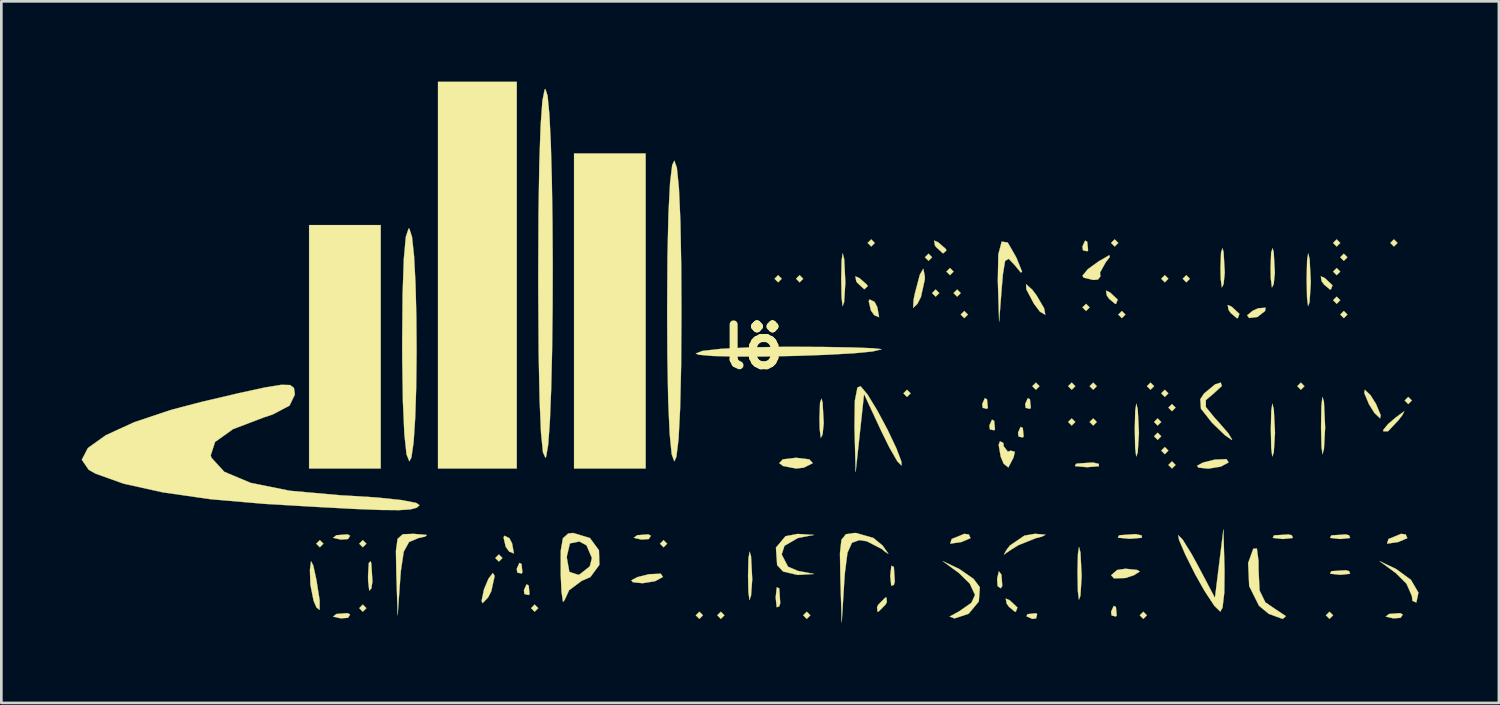
<source format=kicad_pcb>
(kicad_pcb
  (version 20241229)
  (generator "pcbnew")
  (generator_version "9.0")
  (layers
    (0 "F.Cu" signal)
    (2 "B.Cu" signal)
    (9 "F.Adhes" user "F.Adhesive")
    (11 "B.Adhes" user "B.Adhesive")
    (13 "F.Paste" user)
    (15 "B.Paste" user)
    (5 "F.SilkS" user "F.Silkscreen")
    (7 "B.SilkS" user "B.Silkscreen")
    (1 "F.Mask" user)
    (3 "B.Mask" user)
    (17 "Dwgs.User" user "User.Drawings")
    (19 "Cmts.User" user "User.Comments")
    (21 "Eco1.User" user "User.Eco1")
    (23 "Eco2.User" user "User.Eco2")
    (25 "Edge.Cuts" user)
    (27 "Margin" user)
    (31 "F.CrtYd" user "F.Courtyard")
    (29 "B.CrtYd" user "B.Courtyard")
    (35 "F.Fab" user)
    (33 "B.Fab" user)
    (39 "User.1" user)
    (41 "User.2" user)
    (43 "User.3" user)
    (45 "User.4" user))
  (footprint "lö"
    (layer "F.Cu")
    (at 25.068 9.898)
    (property "Reference" "lö" (at 0 0 0) (layer "F.SilkS") (effects (font (size 1.524 1.524) (thickness 0.3))))
    (attr through_hole)
    (fp_poly (pts (xy -16.042 7.353) (xy -16.176 7.486) (xy -16.309 7.353) (xy -16.176 7.219) (xy -16.042 7.353)) (stroke (width 0.01) (type solid)) (fill yes) (layer "F.SilkS"))
    (fp_poly (pts (xy -14.438 7.353) (xy -14.572 7.486) (xy -14.705 7.353) (xy -14.572 7.219) (xy -14.438 7.353)) (stroke (width 0.01) (type solid)) (fill yes) (layer "F.SilkS"))
    (fp_poly (pts (xy -14.438 9.759) (xy -14.572 9.893) (xy -14.705 9.759) (xy -14.572 9.625) (xy -14.438 9.759)) (stroke (width 0.01) (type solid)) (fill yes) (layer "F.SilkS"))
    (fp_poly (pts (xy -13.903 4.545) (xy -16.577 4.545) (xy -16.577 -4.545) (xy -13.903 -4.545) (xy -13.903 4.545)) (stroke (width 0.01) (type solid)) (fill yes) (layer "F.SilkS"))
    (fp_poly (pts (xy -9.358 7.887) (xy -9.492 8.021) (xy -9.625 7.887) (xy -9.492 7.754) (xy -9.358 7.887)) (stroke (width 0.01) (type solid)) (fill yes) (layer "F.SilkS"))
    (fp_poly (pts (xy -8.823 4.545) (xy -11.764 4.545) (xy -11.764 -9.893) (xy -8.823 -9.893) (xy -8.823 4.545)) (stroke (width 0.01) (type solid)) (fill yes) (layer "F.SilkS"))
    (fp_poly (pts (xy -8.021 9.759) (xy -8.155 9.893) (xy -8.288 9.759) (xy -8.155 9.625) (xy -8.021 9.759)) (stroke (width 0.01) (type solid)) (fill yes) (layer "F.SilkS"))
    (fp_poly (pts (xy -4.011 4.545) (xy -6.684 4.545) (xy -6.684 -7.219) (xy -4.011 -7.219) (xy -4.011 4.545)) (stroke (width 0.01) (type solid)) (fill yes) (layer "F.SilkS"))
    (fp_poly (pts (xy -3.208 7.353) (xy -3.342 7.486) (xy -3.476 7.353) (xy -3.342 7.219) (xy -3.208 7.353)) (stroke (width 0.01) (type solid)) (fill yes) (layer "F.SilkS"))
    (fp_poly (pts (xy -1.872 10.026) (xy -2.005 10.16) (xy -2.139 10.026) (xy -2.005 9.893) (xy -1.872 10.026)) (stroke (width 0.01) (type solid)) (fill yes) (layer "F.SilkS"))
    (fp_poly (pts (xy -1.069 10.026) (xy -1.203 10.16) (xy -1.337 10.026) (xy -1.203 9.893) (xy -1.069 10.026)) (stroke (width 0.01) (type solid)) (fill yes) (layer "F.SilkS"))
    (fp_poly (pts (xy 1.069 -2.54) (xy 0.936 -2.406) (xy 0.802 -2.54) (xy 0.936 -2.674) (xy 1.069 -2.54)) (stroke (width 0.01) (type solid)) (fill yes) (layer "F.SilkS"))
    (fp_poly (pts (xy 1.872 -2.54) (xy 1.738 -2.406) (xy 1.604 -2.54) (xy 1.738 -2.674) (xy 1.872 -2.54)) (stroke (width 0.01) (type solid)) (fill yes) (layer "F.SilkS"))
    (fp_poly (pts (xy 2.139 10.026) (xy 2.005 10.16) (xy 1.872 10.026) (xy 2.005 9.893) (xy 2.139 10.026)) (stroke (width 0.01) (type solid)) (fill yes) (layer "F.SilkS"))
    (fp_poly (pts (xy 4.545 -3.877) (xy 4.412 -3.743) (xy 4.278 -3.877) (xy 4.412 -4.011) (xy 4.545 -3.877)) (stroke (width 0.01) (type solid)) (fill yes) (layer "F.SilkS"))
    (fp_poly (pts (xy 5.882 1.738) (xy 5.748 1.872) (xy 5.615 1.738) (xy 5.748 1.604) (xy 5.882 1.738)) (stroke (width 0.01) (type solid)) (fill yes) (layer "F.SilkS"))
    (fp_poly (pts (xy 6.684 -3.342) (xy 6.551 -3.208) (xy 6.417 -3.342) (xy 6.551 -3.476) (xy 6.684 -3.342)) (stroke (width 0.01) (type solid)) (fill yes) (layer "F.SilkS"))
    (fp_poly (pts (xy 6.952 -2.005) (xy 6.818 -1.872) (xy 6.684 -2.005) (xy 6.818 -2.139) (xy 6.952 -2.005)) (stroke (width 0.01) (type solid)) (fill yes) (layer "F.SilkS"))
    (fp_poly (pts (xy 7.486 -2.807) (xy 7.353 -2.674) (xy 7.219 -2.807) (xy 7.353 -2.941) (xy 7.486 -2.807)) (stroke (width 0.01) (type solid)) (fill yes) (layer "F.SilkS"))
    (fp_poly (pts (xy 7.754 -2.005) (xy 7.62 -1.872) (xy 7.486 -2.005) (xy 7.62 -2.139) (xy 7.754 -2.005)) (stroke (width 0.01) (type solid)) (fill yes) (layer "F.SilkS"))
    (fp_poly (pts (xy 8.021 -1.203) (xy 7.887 -1.069) (xy 7.754 -1.203) (xy 7.887 -1.337) (xy 8.021 -1.203)) (stroke (width 0.01) (type solid)) (fill yes) (layer "F.SilkS"))
    (fp_poly (pts (xy 10.695 1.471) (xy 10.561 1.604) (xy 10.427 1.471) (xy 10.561 1.337) (xy 10.695 1.471)) (stroke (width 0.01) (type solid)) (fill yes) (layer "F.SilkS"))
    (fp_poly (pts (xy 12.032 1.471) (xy 11.898 1.604) (xy 11.764 1.471) (xy 11.898 1.337) (xy 12.032 1.471)) (stroke (width 0.01) (type solid)) (fill yes) (layer "F.SilkS"))
    (fp_poly (pts (xy 12.032 2.807) (xy 11.898 2.941) (xy 11.764 2.807) (xy 11.898 2.674) (xy 12.032 2.807)) (stroke (width 0.01) (type solid)) (fill yes) (layer "F.SilkS"))
    (fp_poly (pts (xy 12.566 -1.471) (xy 12.433 -1.337) (xy 12.299 -1.471) (xy 12.433 -1.604) (xy 12.566 -1.471)) (stroke (width 0.01) (type solid)) (fill yes) (layer "F.SilkS"))
    (fp_poly (pts (xy 12.834 1.471) (xy 12.7 1.604) (xy 12.566 1.471) (xy 12.7 1.337) (xy 12.834 1.471)) (stroke (width 0.01) (type solid)) (fill yes) (layer "F.SilkS"))
    (fp_poly (pts (xy 12.834 2.807) (xy 12.7 2.941) (xy 12.566 2.807) (xy 12.7 2.674) (xy 12.834 2.807)) (stroke (width 0.01) (type solid)) (fill yes) (layer "F.SilkS"))
    (fp_poly (pts (xy 13.636 -3.877) (xy 13.502 -3.743) (xy 13.368 -3.877) (xy 13.502 -4.011) (xy 13.636 -3.877)) (stroke (width 0.01) (type solid)) (fill yes) (layer "F.SilkS"))
    (fp_poly (pts (xy 13.903 -1.203) (xy 13.769 -1.069) (xy 13.636 -1.203) (xy 13.769 -1.337) (xy 13.903 -1.203)) (stroke (width 0.01) (type solid)) (fill yes) (layer "F.SilkS"))
    (fp_poly (pts (xy 14.705 10.026) (xy 14.572 10.16) (xy 14.438 10.026) (xy 14.572 9.893) (xy 14.705 10.026)) (stroke (width 0.01) (type solid)) (fill yes) (layer "F.SilkS"))
    (fp_poly (pts (xy 14.973 1.471) (xy 14.839 1.604) (xy 14.705 1.471) (xy 14.839 1.337) (xy 14.973 1.471)) (stroke (width 0.01) (type solid)) (fill yes) (layer "F.SilkS"))
    (fp_poly (pts (xy 15.24 2.807) (xy 15.106 2.941) (xy 14.973 2.807) (xy 15.106 2.674) (xy 15.24 2.807)) (stroke (width 0.01) (type solid)) (fill yes) (layer "F.SilkS"))
    (fp_poly (pts (xy 15.24 3.342) (xy 15.106 3.476) (xy 14.973 3.342) (xy 15.106 3.208) (xy 15.24 3.342)) (stroke (width 0.01) (type solid)) (fill yes) (layer "F.SilkS"))
    (fp_poly (pts (xy 15.507 -2.54) (xy 15.374 -2.406) (xy 15.24 -2.54) (xy 15.374 -2.674) (xy 15.507 -2.54)) (stroke (width 0.01) (type solid)) (fill yes) (layer "F.SilkS"))
    (fp_poly (pts (xy 15.507 1.738) (xy 15.374 1.872) (xy 15.24 1.738) (xy 15.374 1.604) (xy 15.507 1.738)) (stroke (width 0.01) (type solid)) (fill yes) (layer "F.SilkS"))
    (fp_poly (pts (xy 15.507 3.877) (xy 15.374 4.011) (xy 15.24 3.877) (xy 15.374 3.743) (xy 15.507 3.877)) (stroke (width 0.01) (type solid)) (fill yes) (layer "F.SilkS"))
    (fp_poly (pts (xy 15.775 2.273) (xy 15.641 2.406) (xy 15.507 2.273) (xy 15.641 2.139) (xy 15.775 2.273)) (stroke (width 0.01) (type solid)) (fill yes) (layer "F.SilkS"))
    (fp_poly (pts (xy 15.775 4.412) (xy 15.641 4.545) (xy 15.507 4.412) (xy 15.641 4.278) (xy 15.775 4.412)) (stroke (width 0.01) (type solid)) (fill yes) (layer "F.SilkS"))
    (fp_poly (pts (xy 16.309 -2.54) (xy 16.176 -2.406) (xy 16.042 -2.54) (xy 16.176 -2.674) (xy 16.309 -2.54)) (stroke (width 0.01) (type solid)) (fill yes) (layer "F.SilkS"))
    (fp_poly (pts (xy 20.587 1.471) (xy 20.454 1.604) (xy 20.32 1.471) (xy 20.454 1.337) (xy 20.587 1.471)) (stroke (width 0.01) (type solid)) (fill yes) (layer "F.SilkS"))
    (fp_poly (pts (xy 21.657 10.026) (xy 21.523 10.16) (xy 21.389 10.026) (xy 21.523 9.893) (xy 21.657 10.026)) (stroke (width 0.01) (type solid)) (fill yes) (layer "F.SilkS"))
    (fp_poly (pts (xy 21.924 -3.877) (xy 21.791 -3.743) (xy 21.657 -3.877) (xy 21.791 -4.011) (xy 21.924 -3.877)) (stroke (width 0.01) (type solid)) (fill yes) (layer "F.SilkS"))
    (fp_poly (pts (xy 21.924 -2.807) (xy 21.791 -2.674) (xy 21.657 -2.807) (xy 21.791 -2.941) (xy 21.924 -2.807)) (stroke (width 0.01) (type solid)) (fill yes) (layer "F.SilkS"))
    (fp_poly (pts (xy 21.924 -1.738) (xy 21.791 -1.604) (xy 21.657 -1.738) (xy 21.791 -1.872) (xy 21.924 -1.738)) (stroke (width 0.01) (type solid)) (fill yes) (layer "F.SilkS"))
    (fp_poly (pts (xy 22.192 -3.342) (xy 22.058 -3.208) (xy 21.924 -3.342) (xy 22.058 -3.476) (xy 22.192 -3.342)) (stroke (width 0.01) (type solid)) (fill yes) (layer "F.SilkS"))
    (fp_poly (pts (xy 22.192 -1.203) (xy 22.058 -1.069) (xy 21.924 -1.203) (xy 22.058 -1.337) (xy 22.192 -1.203)) (stroke (width 0.01) (type solid)) (fill yes) (layer "F.SilkS"))
    (fp_poly (pts (xy 24.063 -3.877) (xy 23.929 -3.743) (xy 23.796 -3.877) (xy 23.929 -4.011) (xy 24.063 -3.877)) (stroke (width 0.01) (type solid)) (fill yes) (layer "F.SilkS"))
    (fp_poly (pts (xy 24.598 2.005) (xy 24.464 2.139) (xy 24.331 2.005) (xy 24.464 1.872) (xy 24.598 2.005)) (stroke (width 0.01) (type solid)) (fill yes) (layer "F.SilkS"))
    (fp_poly (pts (xy -15.045 7.057) (xy -15.125 7.179) (xy -15.396 7.198) (xy -15.681 7.133) (xy -15.557 7.036) (xy -15.14 7.004) (xy -15.045 7.057)) (stroke (width 0.01) (type solid)) (fill yes) (layer "F.SilkS"))
    (fp_poly (pts (xy -15.045 9.998) (xy -15.125 10.12) (xy -15.396 10.139) (xy -15.681 10.074) (xy -15.557 9.977) (xy -15.14 9.945) (xy -15.045 9.998)) (stroke (width 0.01) (type solid)) (fill yes) (layer "F.SilkS"))
    (fp_poly (pts (xy -8.645 8.11) (xy -8.613 8.427) (xy -8.645 8.467) (xy -8.804 8.43) (xy -8.823 8.288) (xy -8.725 8.068) (xy -8.645 8.11)) (stroke (width 0.01) (type solid)) (fill yes) (layer "F.SilkS"))
    (fp_poly (pts (xy -8.378 8.912) (xy -8.346 9.23) (xy -8.378 9.269) (xy -8.536 9.232) (xy -8.556 9.091) (xy -8.458 8.87) (xy -8.378 8.912)) (stroke (width 0.01) (type solid)) (fill yes) (layer "F.SilkS"))
    (fp_poly (pts (xy -3.816 7.057) (xy -3.895 7.179) (xy -4.166 7.198) (xy -4.452 7.133) (xy -4.328 7.036) (xy -3.91 7.004) (xy -3.816 7.057)) (stroke (width 0.01) (type solid)) (fill yes) (layer "F.SilkS"))
    (fp_poly (pts (xy 0.979 9.024) (xy 1.014 9.571) (xy 0.979 9.692) (xy 0.882 9.726) (xy 0.844 9.358) (xy 0.886 8.978) (xy 0.979 9.024)) (stroke (width 0.01) (type solid)) (fill yes) (layer "F.SilkS"))
    (fp_poly (pts (xy 5.257 8.222) (xy 5.292 8.769) (xy 5.257 8.89) (xy 5.159 8.924) (xy 5.122 8.556) (xy 5.164 8.176) (xy 5.257 8.222)) (stroke (width 0.01) (type solid)) (fill yes) (layer "F.SilkS"))
    (fp_poly (pts (xy 8.734 1.961) (xy 8.766 2.278) (xy 8.734 2.317) (xy 8.575 2.28) (xy 8.556 2.139) (xy 8.654 1.919) (xy 8.734 1.961)) (stroke (width 0.01) (type solid)) (fill yes) (layer "F.SilkS"))
    (fp_poly (pts (xy 9.001 2.763) (xy 9.033 3.08) (xy 9.001 3.119) (xy 8.842 3.083) (xy 8.823 2.941) (xy 8.921 2.721) (xy 9.001 2.763)) (stroke (width 0.01) (type solid)) (fill yes) (layer "F.SilkS"))
    (fp_poly (pts (xy 9.273 8.506) (xy 9.305 8.924) (xy 9.252 9.018) (xy 9.131 8.938) (xy 9.112 8.667) (xy 9.177 8.382) (xy 9.273 8.506)) (stroke (width 0.01) (type solid)) (fill yes) (layer "F.SilkS"))
    (fp_poly (pts (xy 10.071 3.03) (xy 10.103 3.347) (xy 10.071 3.387) (xy 9.912 3.35) (xy 9.893 3.208) (xy 9.99 2.988) (xy 10.071 3.03)) (stroke (width 0.01) (type solid)) (fill yes) (layer "F.SilkS"))
    (fp_poly (pts (xy 10.338 1.961) (xy 10.37 2.278) (xy 10.338 2.317) (xy 10.179 2.28) (xy 10.16 2.139) (xy 10.258 1.919) (xy 10.338 1.961)) (stroke (width 0.01) (type solid)) (fill yes) (layer "F.SilkS"))
    (fp_poly (pts (xy 10.606 9.982) (xy 10.569 10.141) (xy 10.427 10.16) (xy 10.207 10.062) (xy 10.249 9.982) (xy 10.566 9.95) (xy 10.606 9.982)) (stroke (width 0.01) (type solid)) (fill yes) (layer "F.SilkS"))
    (fp_poly (pts (xy 12.477 -3.921) (xy 12.509 -3.604) (xy 12.477 -3.565) (xy 12.318 -3.602) (xy 12.299 -3.743) (xy 12.397 -3.963) (xy 12.477 -3.921)) (stroke (width 0.01) (type solid)) (fill yes) (layer "F.SilkS"))
    (fp_poly (pts (xy 13.547 9.714) (xy 13.579 10.032) (xy 13.547 10.071) (xy 13.388 10.034) (xy 13.368 9.893) (xy 13.466 9.673) (xy 13.547 9.714)) (stroke (width 0.01) (type solid)) (fill yes) (layer "F.SilkS"))
    (fp_poly (pts (xy 20.119 7.042) (xy 20.153 7.139) (xy 19.785 7.177) (xy 19.406 7.135) (xy 19.451 7.042) (xy 19.998 7.007) (xy 20.119 7.042)) (stroke (width 0.01) (type solid)) (fill yes) (layer "F.SilkS"))
    (fp_poly (pts (xy 22.258 7.042) (xy 22.292 7.139) (xy 21.924 7.177) (xy 21.545 7.135) (xy 21.59 7.042) (xy 22.137 7.007) (xy 22.258 7.042)) (stroke (width 0.01) (type solid)) (fill yes) (layer "F.SilkS"))
    (fp_poly (pts (xy 22.258 8.379) (xy 22.292 8.476) (xy 21.924 8.514) (xy 21.545 8.472) (xy 21.59 8.379) (xy 22.137 8.343) (xy 22.258 8.379)) (stroke (width 0.01) (type solid)) (fill yes) (layer "F.SilkS"))
    (fp_poly (pts (xy 24.258 9.998) (xy 24.178 10.12) (xy 23.907 10.139) (xy 23.622 10.074) (xy 23.746 9.977) (xy 24.164 9.945) (xy 24.258 9.998)) (stroke (width 0.01) (type solid)) (fill yes) (layer "F.SilkS"))
    (fp_poly (pts (xy -9.099 7.146) (xy -8.998 7.341) (xy -8.93 7.718) (xy -9.109 7.645) (xy -9.235 7.469) (xy -9.317 7.119) (xy -9.284 7.056) (xy -9.099 7.146)) (stroke (width 0.01) (type solid)) (fill yes) (layer "F.SilkS"))
    (fp_poly (pts (xy 3.969 -2.566) (xy 4.254 -2.317) (xy 4.278 -2.257) (xy 4.151 -2.147) (xy 3.887 -2.393) (xy 3.851 -2.448) (xy 3.82 -2.631) (xy 3.969 -2.566)) (stroke (width 0.01) (type solid)) (fill yes) (layer "F.SilkS"))
    (fp_poly (pts (xy 4.537 -1.677) (xy 4.638 -1.482) (xy 4.706 -1.105) (xy 4.526 -1.178) (xy 4.401 -1.355) (xy 4.318 -1.705) (xy 4.352 -1.767) (xy 4.537 -1.677)) (stroke (width 0.01) (type solid)) (fill yes) (layer "F.SilkS"))
    (fp_poly (pts (xy 6.91 -3.902) (xy 7.195 -3.654) (xy 7.219 -3.594) (xy 7.092 -3.484) (xy 6.828 -3.73) (xy 6.792 -3.784) (xy 6.761 -3.967) (xy 6.91 -3.902)) (stroke (width 0.01) (type solid)) (fill yes) (layer "F.SilkS"))
    (fp_poly (pts (xy 8.058 7.008) (xy 8.12 7.146) (xy 7.775 7.291) (xy 7.362 7.352) (xy 7.412 7.187) (xy 7.424 7.174) (xy 7.887 6.985) (xy 8.058 7.008)) (stroke (width 0.01) (type solid)) (fill yes) (layer "F.SilkS"))
    (fp_poly (pts (xy 9.584 9.466) (xy 9.871 9.735) (xy 9.812 9.89) (xy 9.775 9.893) (xy 9.549 9.703) (xy 9.466 9.584) (xy 9.435 9.401) (xy 9.584 9.466)) (stroke (width 0.01) (type solid)) (fill yes) (layer "F.SilkS"))
    (fp_poly (pts (xy 13.327 -2.031) (xy 13.614 -1.762) (xy 13.555 -1.607) (xy 13.518 -1.604) (xy 13.292 -1.794) (xy 13.209 -1.913) (xy 13.178 -2.096) (xy 13.327 -2.031)) (stroke (width 0.01) (type solid)) (fill yes) (layer "F.SilkS"))
    (fp_poly (pts (xy 17.872 -1.496) (xy 18.159 -1.227) (xy 18.101 -1.072) (xy 18.063 -1.069) (xy 17.837 -1.259) (xy 17.754 -1.378) (xy 17.723 -1.561) (xy 17.872 -1.496)) (stroke (width 0.01) (type solid)) (fill yes) (layer "F.SilkS"))
    (fp_poly (pts (xy 19.115 -1.334) (xy 18.829 -1.112) (xy 18.523 -1.075) (xy 18.448 -1.175) (xy 18.658 -1.346) (xy 18.863 -1.439) (xy 19.139 -1.458) (xy 19.115 -1.334)) (stroke (width 0.01) (type solid)) (fill yes) (layer "F.SilkS"))
    (fp_poly (pts (xy 21.348 -2.566) (xy 21.635 -2.296) (xy 21.576 -2.142) (xy 21.539 -2.139) (xy 21.313 -2.329) (xy 21.23 -2.448) (xy 21.199 -2.631) (xy 21.348 -2.566)) (stroke (width 0.01) (type solid)) (fill yes) (layer "F.SilkS"))
    (fp_poly (pts (xy 24.367 7.008) (xy 24.429 7.146) (xy 24.085 7.291) (xy 23.672 7.352) (xy 23.721 7.187) (xy 23.734 7.174) (xy 24.196 6.985) (xy 24.367 7.008)) (stroke (width 0.01) (type solid)) (fill yes) (layer "F.SilkS"))
    (fp_poly (pts (xy -14.254 8.088) (xy -14.212 8.766) (xy -14.254 9.024) (xy -14.331 9.107) (xy -14.373 8.737) (xy -14.376 8.556) (xy -14.348 8.069) (xy -14.279 8.012) (xy -14.254 8.088)) (stroke (width 0.01) (type solid)) (fill yes) (layer "F.SilkS"))
    (fp_poly (pts (xy -9.648 8.556) (xy -9.774 9.127) (xy -9.893 9.358) (xy -10.098 9.572) (xy -10.137 9.492) (xy -10.047 9.06) (xy -9.878 8.656) (xy -9.716 8.446) (xy -9.648 8.556)) (stroke (width 0.01) (type solid)) (fill yes) (layer "F.SilkS"))
    (fp_poly (pts (xy -3.366 8.594) (xy -3.66 8.753) (xy -4.125 8.828) (xy -4.488 8.79) (xy -4.545 8.721) (xy -4.318 8.6) (xy -3.885 8.492) (xy -3.446 8.473) (xy -3.366 8.594)) (stroke (width 0.01) (type solid)) (fill yes) (layer "F.SilkS"))
    (fp_poly (pts (xy -0.076 7.821) (xy -0.031 8.684) (xy -0.076 9.291) (xy -0.134 9.457) (xy -0.174 9.153) (xy -0.187 8.556) (xy -0.171 7.896) (xy -0.128 7.648) (xy -0.076 7.821)) (stroke (width 0.01) (type solid)) (fill yes) (layer "F.SilkS"))
    (fp_poly (pts (xy 2.101 4.204) (xy 2.231 4.345) (xy 1.892 4.514) (xy 1.604 4.545) (xy 1.121 4.452) (xy 0.977 4.345) (xy 1.113 4.202) (xy 1.604 4.144) (xy 2.101 4.204)) (stroke (width 0.01) (type solid)) (fill yes) (layer "F.SilkS"))
    (fp_poly (pts (xy 2.595 2.072) (xy 2.639 2.851) (xy 2.595 3.275) (xy 2.529 3.402) (xy 2.487 3.066) (xy 2.479 2.674) (xy 2.5 2.095) (xy 2.553 1.937) (xy 2.595 2.072)) (stroke (width 0.01) (type solid)) (fill yes) (layer "F.SilkS"))
    (fp_poly (pts (xy 4.996 9.531) (xy 4.946 9.625) (xy 4.694 9.881) (xy 4.647 9.893) (xy 4.629 9.72) (xy 4.679 9.625) (xy 4.931 9.37) (xy 4.978 9.358) (xy 4.996 9.531)) (stroke (width 0.01) (type solid)) (fill yes) (layer "F.SilkS"))
    (fp_poly (pts (xy 10.424 -2.133) (xy 10.588 -1.914) (xy 10.866 -1.438) (xy 10.912 -1.198) (xy 10.713 -1.308) (xy 10.484 -1.613) (xy 10.205 -2.141) (xy 10.192 -2.336) (xy 10.424 -2.133)) (stroke (width 0.01) (type solid)) (fill yes) (layer "F.SilkS"))
    (fp_poly (pts (xy 12.906 4.37) (xy 12.915 4.458) (xy 12.496 4.494) (xy 12.433 4.493) (xy 12.018 4.455) (xy 12.058 4.373) (xy 12.104 4.36) (xy 12.686 4.321) (xy 12.906 4.37)) (stroke (width 0.01) (type solid)) (fill yes) (layer "F.SilkS"))
    (fp_poly (pts (xy 14.338 8.332) (xy 14.438 8.391) (xy 14.217 8.531) (xy 13.903 8.633) (xy 13.477 8.648) (xy 13.368 8.531) (xy 13.593 8.334) (xy 13.903 8.288) (xy 14.338 8.332)) (stroke (width 0.01) (type solid)) (fill yes) (layer "F.SilkS"))
    (fp_poly (pts (xy 14.51 7.044) (xy 14.519 7.131) (xy 14.1 7.167) (xy 14.037 7.167) (xy 13.622 7.128) (xy 13.662 7.047) (xy 13.708 7.034) (xy 14.29 6.995) (xy 14.51 7.044)) (stroke (width 0.01) (type solid)) (fill yes) (layer "F.SilkS"))
    (fp_poly (pts (xy 17.568 -3.543) (xy 17.612 -2.764) (xy 17.568 -2.339) (xy 17.502 -2.213) (xy 17.46 -2.549) (xy 17.452 -2.941) (xy 17.473 -3.519) (xy 17.526 -3.678) (xy 17.568 -3.543)) (stroke (width 0.01) (type solid)) (fill yes) (layer "F.SilkS"))
    (fp_poly (pts (xy 17.756 4.317) (xy 17.462 4.475) (xy 16.997 4.55) (xy 16.634 4.512) (xy 16.577 4.443) (xy 16.804 4.322) (xy 17.237 4.214) (xy 17.677 4.195) (xy 17.756 4.317)) (stroke (width 0.01) (type solid)) (fill yes) (layer "F.SilkS"))
    (fp_poly (pts (xy 19.439 -3.543) (xy 19.483 -2.764) (xy 19.439 -2.339) (xy 19.373 -2.213) (xy 19.331 -2.549) (xy 19.323 -2.941) (xy 19.344 -3.519) (xy 19.398 -3.678) (xy 19.439 -3.543)) (stroke (width 0.01) (type solid)) (fill yes) (layer "F.SilkS"))
    (fp_poly (pts (xy 23.056 1.809) (xy 23.261 2.139) (xy 23.433 2.552) (xy 23.414 2.674) (xy 23.199 2.469) (xy 22.994 2.139) (xy 22.822 1.726) (xy 22.841 1.604) (xy 23.056 1.809)) (stroke (width 0.01) (type solid)) (fill yes) (layer "F.SilkS"))
    (fp_poly (pts (xy 24.247 2.547) (xy 24.097 2.741) (xy 23.707 3.156) (xy 23.533 3.154) (xy 23.528 3.107) (xy 23.711 2.884) (xy 23.996 2.64) (xy 24.313 2.408) (xy 24.247 2.547)) (stroke (width 0.01) (type solid)) (fill yes) (layer "F.SilkS"))
    (fp_poly (pts (xy -16.422 8.164) (xy -16.307 8.689) (xy -16.183 9.463) (xy -16.183 9.826) (xy -16.3 9.735) (xy -16.41 9.481) (xy -16.528 8.883) (xy -16.546 8.333) (xy -16.505 8.005) (xy -16.422 8.164)) (stroke (width 0.01) (type solid)) (fill yes) (layer "F.SilkS"))
    (fp_poly (pts (xy 3.401 -3.277) (xy 3.402 -3.27) (xy 3.446 -2.399) (xy 3.399 -1.666) (xy 3.344 -1.519) (xy 3.305 -1.837) (xy 3.291 -2.54) (xy 3.307 -3.226) (xy 3.347 -3.49) (xy 3.401 -3.277)) (stroke (width 0.01) (type solid)) (fill yes) (layer "F.SilkS"))
    (fp_poly (pts (xy 6.412 -2.634) (xy 6.413 -2.518) (xy 6.269 -1.863) (xy 6.137 -1.604) (xy 5.978 -1.453) (xy 5.995 -1.764) (xy 6.045 -2.005) (xy 6.229 -2.698) (xy 6.357 -2.915) (xy 6.412 -2.634)) (stroke (width 0.01) (type solid)) (fill yes) (layer "F.SilkS"))
    (fp_poly (pts (xy 12.225 7.685) (xy 12.225 7.692) (xy 12.269 8.564) (xy 12.223 9.296) (xy 12.167 9.444) (xy 12.128 9.125) (xy 12.114 8.422) (xy 12.13 7.736) (xy 12.17 7.472) (xy 12.225 7.685)) (stroke (width 0.01) (type solid)) (fill yes) (layer "F.SilkS"))
    (fp_poly (pts (xy 14.363 2.338) (xy 14.364 2.344) (xy 14.408 3.216) (xy 14.362 3.948) (xy 14.306 4.096) (xy 14.267 3.778) (xy 14.253 3.075) (xy 14.269 2.389) (xy 14.309 2.124) (xy 14.363 2.338)) (stroke (width 0.01) (type solid)) (fill yes) (layer "F.SilkS"))
    (fp_poly (pts (xy 19.443 2.338) (xy 19.444 2.344) (xy 19.488 3.216) (xy 19.442 3.948) (xy 19.386 4.096) (xy 19.347 3.778) (xy 19.333 3.075) (xy 19.349 2.389) (xy 19.389 2.124) (xy 19.443 2.338)) (stroke (width 0.01) (type solid)) (fill yes) (layer "F.SilkS"))
    (fp_poly (pts (xy 20.78 -3.277) (xy 20.781 -3.27) (xy 20.825 -2.399) (xy 20.778 -1.666) (xy 20.723 -1.519) (xy 20.684 -1.837) (xy 20.67 -2.54) (xy 20.686 -3.226) (xy 20.726 -3.49) (xy 20.78 -3.277)) (stroke (width 0.01) (type solid)) (fill yes) (layer "F.SilkS"))
    (fp_poly (pts (xy 24.011 8.298) (xy 24.563 8.701) (xy 24.843 9.179) (xy 24.765 9.548) (xy 24.621 9.488) (xy 24.598 9.301) (xy 24.399 8.849) (xy 23.996 8.447) (xy 23.395 8.006) (xy 24.011 8.298)) (stroke (width 0.01) (type solid)) (fill yes) (layer "F.SilkS"))
    (fp_poly (pts (xy 10.921 7.017) (xy 10.792 7.086) (xy 10.561 7.145) (xy 9.904 7.408) (xy 9.625 7.582) (xy 9.366 7.758) (xy 9.464 7.584) (xy 9.591 7.419) (xy 10.131 7.051) (xy 10.527 6.983) (xy 10.921 7.017)) (stroke (width 0.01) (type solid)) (fill yes) (layer "F.SilkS"))
    (fp_poly (pts (xy 21.309 2.02) (xy 21.316 2.072) (xy 21.36 3.01) (xy 21.316 3.81) (xy 21.263 4.012) (xy 21.225 3.739) (xy 21.208 3.051) (xy 21.208 2.941) (xy 21.221 2.207) (xy 21.257 1.879) (xy 21.309 2.02)) (stroke (width 0.01) (type solid)) (fill yes) (layer "F.SilkS"))
    (fp_poly (pts (xy 9.346 3.595) (xy 9.358 3.714) (xy 9.513 3.917) (xy 9.622 3.879) (xy 9.774 3.922) (xy 9.727 4.13) (xy 9.532 4.505) (xy 9.358 4.369) (xy 9.247 4.106) (xy 9.17 3.661) (xy 9.218 3.527) (xy 9.346 3.595)) (stroke (width 0.01) (type solid)) (fill yes) (layer "F.SilkS"))
    (fp_poly (pts (xy 13.318 -3.349) (xy 13.17 -3.16) (xy 12.954 -2.773) (xy 12.97 -2.627) (xy 12.879 -2.512) (xy 12.7 -2.495) (xy 12.343 -2.582) (xy 12.299 -2.654) (xy 12.499 -2.897) (xy 12.901 -3.187) (xy 13.302 -3.42) (xy 13.318 -3.349)) (stroke (width 0.01) (type solid)) (fill yes) (layer "F.SilkS"))
    (fp_poly (pts (xy 2.273 7.024) (xy 1.671 7.14) (xy 1.173 7.431) (xy 1.069 7.754) (xy 1.305 8.211) (xy 1.671 8.367) (xy 2.273 8.483) (xy 1.663 8.519) (xy 1.123 8.393) (xy 0.899 8.155) (xy 0.854 7.499) (xy 1.211 7.072) (xy 1.663 6.988) (xy 2.273 7.024)) (stroke (width 0.01) (type solid)) (fill yes) (layer "F.SilkS"))
    (fp_poly (pts (xy -12.633 6.988) (xy -12.182 7.026) (xy -12.24 7.085) (xy -12.486 7.139) (xy -12.844 7.288) (xy -13.044 7.651) (xy -13.151 8.37) (xy -13.172 8.639) (xy -13.27 10.026) (xy -13.319 8.489) (xy -13.335 7.625) (xy -13.273 7.17) (xy -13.077 6.999) (xy -12.688 6.985) (xy -12.633 6.988)) (stroke (width 0.01) (type solid)) (fill yes) (layer "F.SilkS"))
    (fp_poly (pts (xy 7.702 8.298) (xy 8.234 8.667) (xy 8.467 8.978) (xy 8.429 9.51) (xy 8.048 9.969) (xy 7.52 10.143) (xy 7.34 10.072) (xy 7.677 9.888) (xy 7.687 9.884) (xy 8.152 9.559) (xy 8.288 9.265) (xy 8.09 8.841) (xy 7.687 8.447) (xy 7.085 8.006) (xy 7.702 8.298)) (stroke (width 0.01) (type solid)) (fill yes) (layer "F.SilkS"))
    (fp_poly (pts (xy 9.508 -3.894) (xy 9.825 -3.343) (xy 9.854 -3.275) (xy 10.044 -2.802) (xy 9.999 -2.77) (xy 9.779 -3.037) (xy 9.545 -3.285) (xy 9.411 -3.206) (xy 9.33 -2.719) (xy 9.288 -2.235) (xy 9.187 -0.936) (xy 9.139 -2.473) (xy 9.157 -3.45) (xy 9.283 -3.927) (xy 9.508 -3.894)) (stroke (width 0.01) (type solid)) (fill yes) (layer "F.SilkS"))
    (fp_poly (pts (xy 18.873 8.002) (xy 18.874 8.328) (xy 18.912 9.1) (xy 19.127 9.541) (xy 19.518 9.808) (xy 19.893 10.057) (xy 19.784 10.155) (xy 19.76 10.156) (xy 19.259 9.974) (xy 18.891 9.671) (xy 18.524 8.935) (xy 18.485 8.074) (xy 18.677 7.54) (xy 18.812 7.534) (xy 18.873 8.002)) (stroke (width 0.01) (type solid)) (fill yes) (layer "F.SilkS"))
    (fp_poly (pts (xy 4.271 1.779) (xy 4.633 2.371) (xy 5.02 3.093) (xy 5.348 3.784) (xy 5.538 4.285) (xy 5.544 4.437) (xy 5.386 4.276) (xy 5.084 3.75) (xy 4.791 3.155) (xy 4.144 1.766) (xy 3.987 3.223) (xy 3.83 4.679) (xy 3.787 2.992) (xy 3.8 2.017) (xy 3.897 1.52) (xy 4.016 1.474) (xy 4.271 1.779)) (stroke (width 0.01) (type solid)) (fill yes) (layer "F.SilkS"))
    (fp_poly (pts (xy 17.604 8.355) (xy 17.595 9.18) (xy 17.529 9.738) (xy 17.446 9.89) (xy 17.223 9.672) (xy 16.853 9.108) (xy 16.513 8.506) (xy 16.136 7.752) (xy 15.907 7.214) (xy 15.872 7.032) (xy 16.035 7.193) (xy 16.354 7.704) (xy 16.604 8.158) (xy 17.245 9.374) (xy 17.404 8.096) (xy 17.562 6.818) (xy 17.604 8.355)) (stroke (width 0.01) (type solid)) (fill yes) (layer "F.SilkS"))
    (fp_poly (pts (xy 17.503 1.463) (xy 17.23 1.716) (xy 16.906 1.993) (xy 16.905 2.249) (xy 17.249 2.669) (xy 17.359 2.786) (xy 17.749 3.236) (xy 17.886 3.468) (xy 17.873 3.476) (xy 17.619 3.301) (xy 17.175 2.874) (xy 17.119 2.815) (xy 16.723 2.312) (xy 16.699 1.957) (xy 16.838 1.746) (xy 17.251 1.404) (xy 17.463 1.337) (xy 17.503 1.463)) (stroke (width 0.01) (type solid)) (fill yes) (layer "F.SilkS"))
    (fp_poly (pts (xy 4.493 7.139) (xy 4.834 7.419) (xy 5.053 7.729) (xy 4.931 7.656) (xy 4.813 7.553) (xy 4.247 7.262) (xy 3.97 7.219) (xy 3.692 7.318) (xy 3.525 7.691) (xy 3.427 8.453) (xy 3.406 8.756) (xy 3.31 10.294) (xy 3.259 8.623) (xy 3.244 7.711) (xy 3.299 7.21) (xy 3.466 6.998) (xy 3.788 6.952) (xy 3.844 6.952) (xy 4.493 7.139)) (stroke (width 0.01) (type solid)) (fill yes) (layer "F.SilkS"))
    (fp_poly (pts (xy 2.671 0.007) (xy 3.732 0.026) (xy 4.468 0.054) (xy 4.786 0.088) (xy 4.79 0.097) (xy 4.46 0.175) (xy 3.739 0.244) (xy 2.747 0.299) (xy 1.606 0.34) (xy 0.437 0.363) (xy -0.64 0.365) (xy -1.503 0.344) (xy -2.032 0.297) (xy -2.139 0.251) (xy -1.886 0.154) (xy -1.184 0.075) (xy -0.12 0.022) (xy 1.221 0.000229) (xy 1.381 0) (xy 2.671 0.007)) (stroke (width 0.01) (type solid)) (fill yes) (layer "F.SilkS"))
    (fp_poly (pts (xy -12.834 -4.412) (xy -12.734 -4.101) (xy -12.657 -3.378) (xy -12.603 -2.351) (xy -12.572 -1.129) (xy -12.563 0.181) (xy -12.577 1.471) (xy -12.614 2.631) (xy -12.674 3.556) (xy -12.757 4.135) (xy -12.834 4.278) (xy -12.939 4.017) (xy -13.02 3.263) (xy -13.074 2.054) (xy -13.1 0.431) (xy -13.101 -0.149) (xy -13.086 -1.957) (xy -13.04 -3.281) (xy -12.965 -4.105) (xy -12.862 -4.415) (xy -12.834 -4.412)) (stroke (width 0.01) (type solid)) (fill yes) (layer "F.SilkS"))
    (fp_poly (pts (xy -2.845 -6.689) (xy -2.768 -5.922) (xy -2.713 -4.678) (xy -2.682 -2.986) (xy -2.674 -1.337) (xy -2.686 0.69) (xy -2.723 2.293) (xy -2.782 3.443) (xy -2.863 4.11) (xy -2.941 4.278) (xy -3.038 4.016) (xy -3.114 3.248) (xy -3.169 2.004) (xy -3.2 0.313) (xy -3.208 -1.337) (xy -3.196 -3.364) (xy -3.159 -4.967) (xy -3.1 -6.117) (xy -3.02 -6.784) (xy -2.941 -6.952) (xy -2.845 -6.689)) (stroke (width 0.01) (type solid)) (fill yes) (layer "F.SilkS"))
    (fp_poly (pts (xy -7.672 -9.372) (xy -7.605 -8.671) (xy -7.552 -7.607) (xy -7.514 -6.266) (xy -7.49 -4.735) (xy -7.48 -3.099) (xy -7.485 -1.444) (xy -7.504 0.143) (xy -7.538 1.576) (xy -7.586 2.771) (xy -7.648 3.64) (xy -7.725 4.098) (xy -7.754 4.144) (xy -7.845 3.941) (xy -7.918 3.211) (xy -7.971 1.963) (xy -8.006 0.206) (xy -8.02 -2.052) (xy -8.021 -2.658) (xy -8.011 -4.973) (xy -7.981 -6.847) (xy -7.932 -8.257) (xy -7.866 -9.183) (xy -7.782 -9.602) (xy -7.754 -9.625) (xy -7.672 -9.372)) (stroke (width 0.01) (type solid)) (fill yes) (layer "F.SilkS"))
    (fp_poly (pts (xy -6.09 7.142) (xy -5.754 7.598) (xy -5.738 8.141) (xy -6.074 8.597) (xy -6.403 8.742) (xy -6.869 9.09) (xy -7.034 9.452) (xy -7.097 9.525) (xy -7.152 9.147) (xy -7.183 8.489) (xy -7.182 7.887) (xy -6.952 7.887) (xy -6.859 8.406) (xy -6.532 8.513) (xy -6.484 8.505) (xy -6.099 8.202) (xy -6.016 7.887) (xy -6.219 7.414) (xy -6.484 7.27) (xy -6.838 7.341) (xy -6.951 7.814) (xy -6.952 7.887) (xy -7.182 7.887) (xy -7.181 7.614) (xy -7.1 7.149) (xy -6.901 6.971) (xy -6.717 6.952) (xy -6.09 7.142)) (stroke (width 0.01) (type solid)) (fill yes) (layer "F.SilkS"))
    (fp_poly (pts (xy -17.285 1.428) (xy -17.143 1.536) (xy -17.112 1.738) (xy -17.112 1.792) (xy -17.307 2.196) (xy -17.941 2.53) (xy -18.248 2.63) (xy -19.415 3.074) (xy -20.088 3.554) (xy -20.25 4.055) (xy -20.224 4.143) (xy -19.743 4.668) (xy -18.759 5.081) (xy -17.293 5.376) (xy -15.365 5.548) (xy -15.178 5.556) (xy -14.031 5.628) (xy -13.129 5.723) (xy -12.576 5.83) (xy -12.454 5.916) (xy -12.56 6.01) (xy -12.79 6.071) (xy -13.21 6.099) (xy -13.89 6.093) (xy -14.897 6.054) (xy -16.3 5.979) (xy -18.166 5.87) (xy -18.233 5.866) (xy -20.26 5.691) (xy -22.046 5.434) (xy -23.504 5.111) (xy -24.546 4.739) (xy -24.807 4.593) (xy -25.063 4.218) (xy -24.836 3.779) (xy -24.171 3.304) (xy -23.112 2.818) (xy -21.704 2.348) (xy -20.587 2.056) (xy -19.187 1.728) (xy -18.224 1.518) (xy -17.618 1.42) (xy -17.285 1.428)) (stroke (width 0.01) (type solid)) (fill yes) (layer "F.SilkS")))
  (gr_rect
    (start -3 -3)
    (end 52.916 23.196)
    (stroke (width 0.1) (type default))
    (fill no)
    (layer "Edge.Cuts")))
</source>
